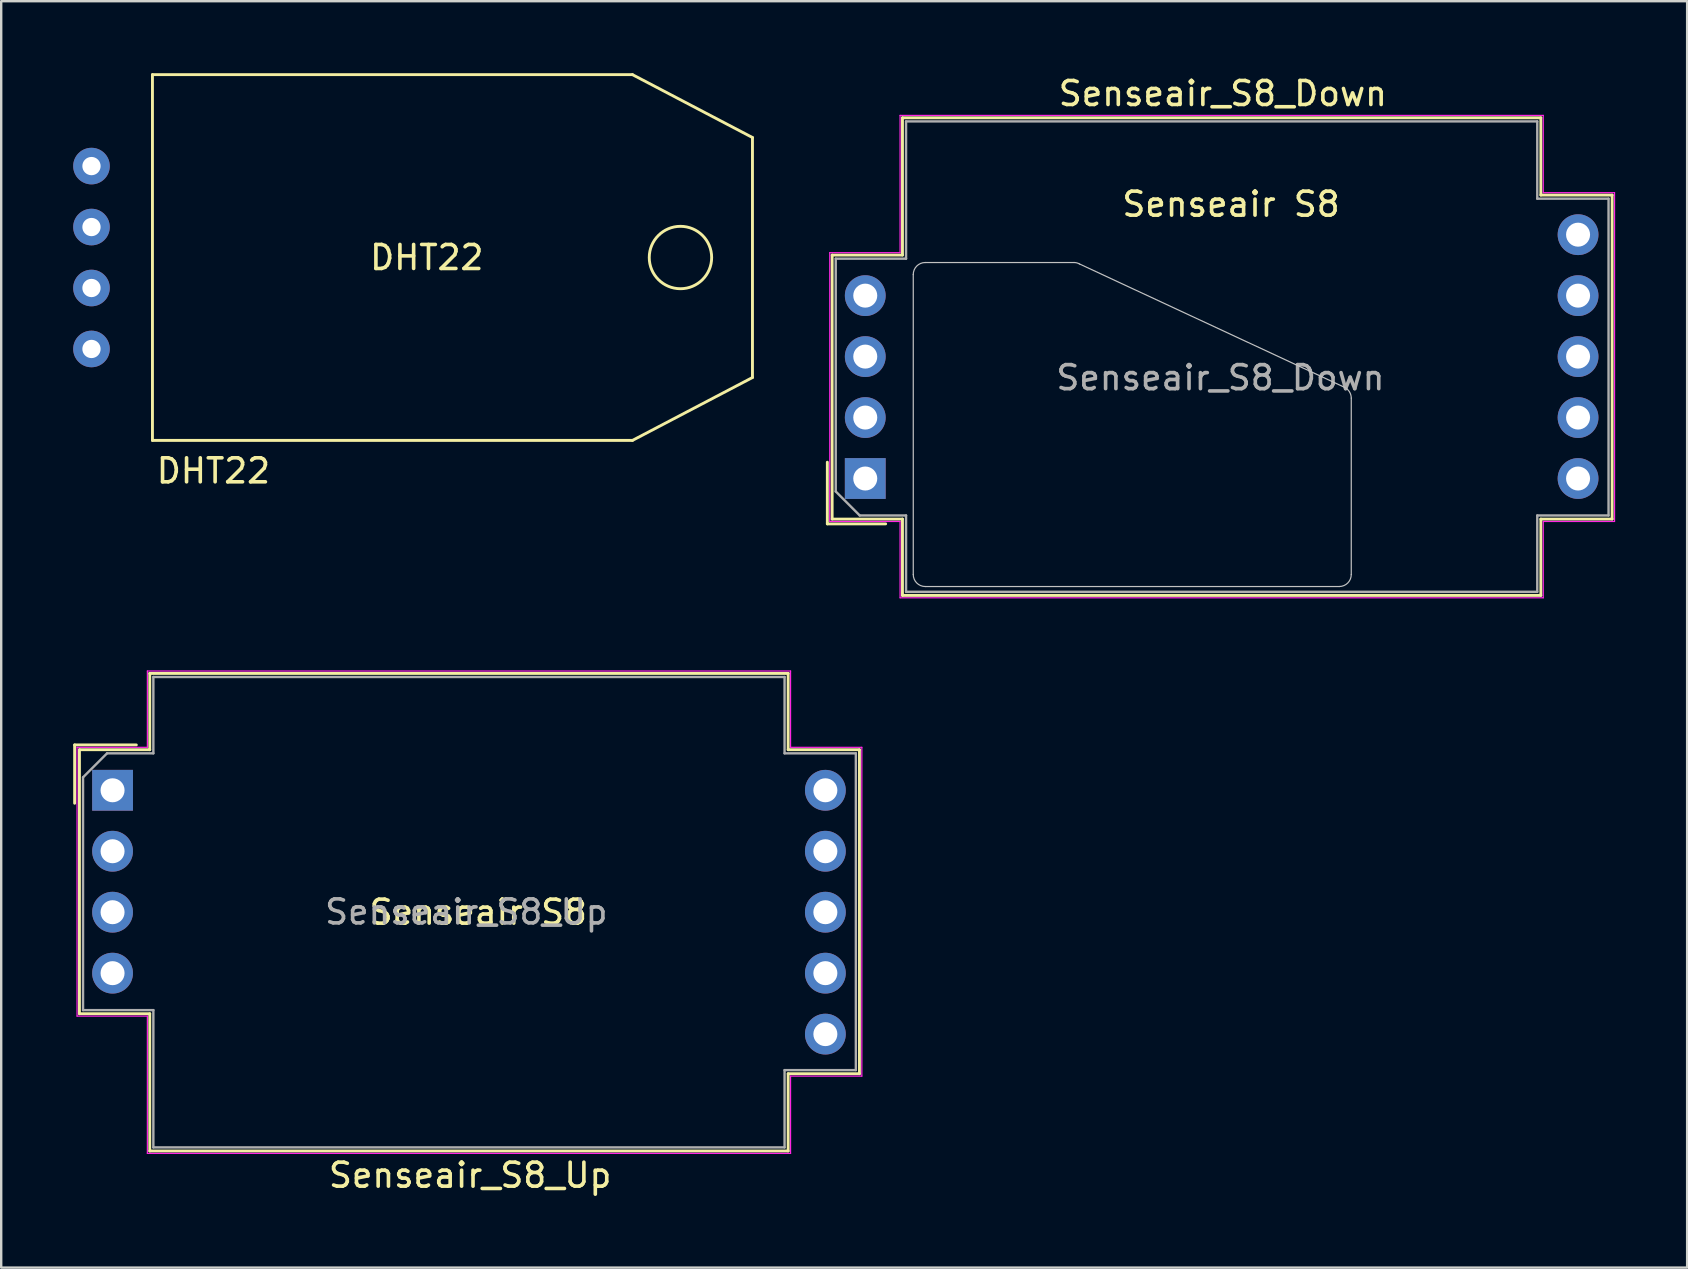
<source format=kicad_pcb>
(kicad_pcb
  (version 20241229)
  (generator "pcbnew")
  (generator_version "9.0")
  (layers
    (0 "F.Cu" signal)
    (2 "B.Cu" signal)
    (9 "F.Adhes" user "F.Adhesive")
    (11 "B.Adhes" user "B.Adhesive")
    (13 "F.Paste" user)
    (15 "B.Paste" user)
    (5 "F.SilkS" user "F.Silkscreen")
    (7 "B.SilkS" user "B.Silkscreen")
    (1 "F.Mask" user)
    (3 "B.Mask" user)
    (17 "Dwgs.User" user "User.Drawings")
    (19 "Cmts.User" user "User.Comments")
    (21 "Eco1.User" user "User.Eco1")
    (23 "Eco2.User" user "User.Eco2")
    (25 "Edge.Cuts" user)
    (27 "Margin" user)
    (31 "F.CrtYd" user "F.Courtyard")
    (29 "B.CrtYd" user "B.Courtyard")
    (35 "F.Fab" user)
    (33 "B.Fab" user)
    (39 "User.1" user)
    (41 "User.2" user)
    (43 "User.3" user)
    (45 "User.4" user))
  (footprint "DHT22"
    (layer "F.Cu")
    (at 3.302 7.68)
    (property "Reference" "DHT22" (at 2.54 8.89 0) (layer "F.SilkS") (effects (font (size 1 1) (thickness 0.15))))
    (property "Value" "DHT22" (at 11.43 0 0) (layer "F.Fab") (hide yes) (effects (font (size 1 1) (thickness 0.15))))
    (attr through_hole)
    (fp_line (start 0 -7.62) (end 20 -7.62) (stroke (width 0.12) (type solid)) (layer "F.SilkS"))
    (fp_line (start 0 7.62) (end 0 -7.62) (stroke (width 0.12) (type solid)) (layer "F.SilkS"))
    (fp_line (start 20 -7.62) (end 25 -5) (stroke (width 0.12) (type solid)) (layer "F.SilkS"))
    (fp_line (start 20 7.62) (end 0 7.62) (stroke (width 0.12) (type solid)) (layer "F.SilkS"))
    (fp_line (start 25 -5) (end 25 5) (stroke (width 0.12) (type solid)) (layer "F.SilkS"))
    (fp_line (start 25 5) (end 20 7.62) (stroke (width 0.12) (type solid)) (layer "F.SilkS"))
    (fp_circle (center 22 0) (end 23.3 0) (stroke (width 0.12) (type solid)) (fill no) (layer "F.SilkS"))
    (fp_text user "${VALUE}" (at 11.43 0 0) (layer "F.SilkS") (effects (font (size 1 1) (thickness 0.15))))
    (pad "1" thru_hole circle (at -2.54 -3.81 180) (size 1.524 1.524) (drill 0.762) (layers "*.Cu" "*.Mask"))
    (pad "2" thru_hole circle (at -2.54 -1.27 180) (size 1.524 1.524) (drill 0.762) (layers "*.Cu" "*.Mask"))
    (pad "3" thru_hole circle (at -2.54 1.27 180) (size 1.524 1.524) (drill 0.762) (layers "*.Cu" "*.Mask"))
    (pad "4" thru_hole circle (at -2.54 3.81 180) (size 1.524 1.524) (drill 0.762) (layers "*.Cu" "*.Mask")))
  (footprint "Senseair_S8_Up"
    (layer "F.Cu")
    (at 1.64 29.878)
    (property "Reference" "Senseair_S8_Up" (at 14.9 16.04 0) (layer "F.SilkS") (effects (font (size 1 1) (thickness 0.15))))
    (attr through_hole)
    (fp_line (start -1.58 -1.89) (end 0.99 -1.89) (stroke (width 0.12) (type solid)) (layer "F.SilkS"))
    (fp_line (start -1.58 0.54) (end -1.58 -1.89) (stroke (width 0.12) (type solid)) (layer "F.SilkS"))
    (fp_line (start -1.38 9.31) (end -1.38 -1.69) (stroke (width 0.12) (type solid)) (layer "F.SilkS"))
    (fp_line (start 1.55 -4.87) (end 1.55 -1.69) (stroke (width 0.12) (type solid)) (layer "F.SilkS"))
    (fp_line (start 1.55 -4.87) (end 28.15 -4.87) (stroke (width 0.12) (type solid)) (layer "F.SilkS"))
    (fp_line (start 1.55 -1.69) (end -1.38 -1.69) (stroke (width 0.12) (type solid)) (layer "F.SilkS"))
    (fp_line (start 1.55 9.31) (end -1.38 9.31) (stroke (width 0.12) (type solid)) (layer "F.SilkS"))
    (fp_line (start 1.55 9.31) (end 1.55 15.03) (stroke (width 0.12) (type solid)) (layer "F.SilkS"))
    (fp_line (start 28.15 -1.69) (end 28.15 -4.87) (stroke (width 0.12) (type solid)) (layer "F.SilkS"))
    (fp_line (start 28.15 15.03) (end 1.55 15.03) (stroke (width 0.12) (type solid)) (layer "F.SilkS"))
    (fp_line (start 28.15 15.03) (end 28.15 11.81) (stroke (width 0.12) (type solid)) (layer "F.SilkS"))
    (fp_line (start 31.12 -1.69) (end 28.15 -1.69) (stroke (width 0.12) (type solid)) (layer "F.SilkS"))
    (fp_line (start 31.12 11.81) (end 28.15 11.81) (stroke (width 0.12) (type solid)) (layer "F.SilkS"))
    (fp_line (start 31.12 11.81) (end 31.12 -1.69) (stroke (width 0.12) (type solid)) (layer "F.SilkS"))
    (fp_line (start -1.48 9.41) (end -1.48 -1.79) (stroke (width 0.05) (type solid)) (layer "F.CrtYd"))
    (fp_line (start 1.45 -4.97) (end 1.45 -1.79) (stroke (width 0.05) (type solid)) (layer "F.CrtYd"))
    (fp_line (start 1.45 -4.97) (end 28.25 -4.97) (stroke (width 0.05) (type solid)) (layer "F.CrtYd"))
    (fp_line (start 1.45 -1.79) (end -1.48 -1.79) (stroke (width 0.05) (type solid)) (layer "F.CrtYd"))
    (fp_line (start 1.45 9.41) (end -1.48 9.41) (stroke (width 0.05) (type solid)) (layer "F.CrtYd"))
    (fp_line (start 1.45 9.41) (end 1.45 15.13) (stroke (width 0.05) (type solid)) (layer "F.CrtYd"))
    (fp_line (start 28.25 -1.79) (end 28.25 -4.97) (stroke (width 0.05) (type solid)) (layer "F.CrtYd"))
    (fp_line (start 28.25 15.13) (end 1.45 15.13) (stroke (width 0.05) (type solid)) (layer "F.CrtYd"))
    (fp_line (start 28.25 15.13) (end 28.25 11.91) (stroke (width 0.05) (type solid)) (layer "F.CrtYd"))
    (fp_line (start 31.22 -1.79) (end 28.25 -1.79) (stroke (width 0.05) (type solid)) (layer "F.CrtYd"))
    (fp_line (start 31.22 11.91) (end 28.25 11.91) (stroke (width 0.05) (type solid)) (layer "F.CrtYd"))
    (fp_line (start 31.22 11.91) (end 31.22 -1.79) (stroke (width 0.05) (type solid)) (layer "F.CrtYd"))
    (fp_line (start -1.23 -0.54) (end -0.23 -1.54) (stroke (width 0.1) (type solid)) (layer "F.Fab"))
    (fp_line (start -1.23 9.16) (end -1.23 -0.54) (stroke (width 0.1) (type solid)) (layer "F.Fab"))
    (fp_line (start 1.7 -4.72) (end 1.7 -1.54) (stroke (width 0.1) (type solid)) (layer "F.Fab"))
    (fp_line (start 1.7 -4.72) (end 28 -4.72) (stroke (width 0.1) (type solid)) (layer "F.Fab"))
    (fp_line (start 1.7 -1.54) (end -0.23 -1.54) (stroke (width 0.1) (type solid)) (layer "F.Fab"))
    (fp_line (start 1.7 9.16) (end -1.23 9.16) (stroke (width 0.1) (type solid)) (layer "F.Fab"))
    (fp_line (start 1.7 9.16) (end 1.7 14.88) (stroke (width 0.1) (type solid)) (layer "F.Fab"))
    (fp_line (start 28 -1.54) (end 28 -4.72) (stroke (width 0.1) (type solid)) (layer "F.Fab"))
    (fp_line (start 28 14.88) (end 1.7 14.88) (stroke (width 0.1) (type solid)) (layer "F.Fab"))
    (fp_line (start 28 14.88) (end 28 11.66) (stroke (width 0.1) (type solid)) (layer "F.Fab"))
    (fp_line (start 30.97 -1.54) (end 28 -1.54) (stroke (width 0.1) (type solid)) (layer "F.Fab"))
    (fp_line (start 30.97 11.66) (end 28 11.66) (stroke (width 0.1) (type solid)) (layer "F.Fab"))
    (fp_line (start 30.97 11.66) (end 30.97 -1.54) (stroke (width 0.1) (type solid)) (layer "F.Fab"))
    (fp_text user "Senseair S8" (at 15.24 5.08 0) (layer "F.SilkS") (effects (font (size 1 1) (thickness 0.15))))
    (fp_text user "${REFERENCE}" (at 14.74 5.07 180) (layer "F.Fab") (effects (font (size 1 1) (thickness 0.15))))
    (pad "1" thru_hole rect (at 0 0 180) (size 1.7 1.7) (drill 1) (layers "*.Cu" "*.Mask"))
    (pad "2" thru_hole circle (at 0 2.54 180) (size 1.7 1.7) (drill 1) (layers "*.Cu" "*.Mask"))
    (pad "3" thru_hole circle (at 0 5.08 180) (size 1.7 1.7) (drill 1) (layers "*.Cu" "*.Mask"))
    (pad "4" thru_hole circle (at 0 7.62 180) (size 1.7 1.7) (drill 1) (layers "*.Cu" "*.Mask"))
    (pad "5" thru_hole circle (at 29.7 10.16 180) (size 1.7 1.7) (drill 1) (layers "*.Cu" "*.Mask"))
    (pad "6" thru_hole circle (at 29.7 7.62 180) (size 1.7 1.7) (drill 1) (layers "*.Cu" "*.Mask"))
    (pad "7" thru_hole circle (at 29.7 5.08 180) (size 1.7 1.7) (drill 1) (layers "*.Cu" "*.Mask"))
    (pad "8" thru_hole circle (at 29.7 2.54 180) (size 1.7 1.7) (drill 1) (layers "*.Cu" "*.Mask"))
    (pad "9" thru_hole circle (at 29.7 0 180) (size 1.7 1.7) (drill 1) (layers "*.Cu" "*.Mask")))
  (footprint "Senseair_S8_Down"
    (layer "F.Cu")
    (at 33.002 16.888)
    (property "Reference" "Senseair_S8_Down" (at 14.9 -16.04 180) (layer "F.SilkS") (effects (font (size 1 1) (thickness 0.15))))
    (attr through_hole)
    (fp_line (start -1.58 1.89) (end -1.58 -0.68) (stroke (width 0.12) (type solid)) (layer "F.SilkS"))
    (fp_line (start -1.38 -9.31) (end -1.38 1.69) (stroke (width 0.12) (type solid)) (layer "F.SilkS"))
    (fp_line (start 0.85 1.89) (end -1.58 1.89) (stroke (width 0.12) (type solid)) (layer "F.SilkS"))
    (fp_line (start 1.55 -9.31) (end -1.38 -9.31) (stroke (width 0.12) (type solid)) (layer "F.SilkS"))
    (fp_line (start 1.55 -9.31) (end 1.55 -15.03) (stroke (width 0.12) (type solid)) (layer "F.SilkS"))
    (fp_line (start 1.55 1.69) (end -1.38 1.69) (stroke (width 0.12) (type solid)) (layer "F.SilkS"))
    (fp_line (start 1.55 4.87) (end 1.55 1.69) (stroke (width 0.12) (type solid)) (layer "F.SilkS"))
    (fp_line (start 1.55 4.87) (end 28.15 4.87) (stroke (width 0.12) (type solid)) (layer "F.SilkS"))
    (fp_line (start 28.15 -15.03) (end 1.55 -15.03) (stroke (width 0.12) (type solid)) (layer "F.SilkS"))
    (fp_line (start 28.15 -15.03) (end 28.15 -11.81) (stroke (width 0.12) (type solid)) (layer "F.SilkS"))
    (fp_line (start 28.15 1.69) (end 28.15 4.87) (stroke (width 0.12) (type solid)) (layer "F.SilkS"))
    (fp_line (start 31.12 -11.81) (end 28.15 -11.81) (stroke (width 0.12) (type solid)) (layer "F.SilkS"))
    (fp_line (start 31.12 -11.81) (end 31.12 1.69) (stroke (width 0.12) (type solid)) (layer "F.SilkS"))
    (fp_line (start 31.12 1.69) (end 28.15 1.69) (stroke (width 0.12) (type solid)) (layer "F.SilkS"))
    (fp_line (start 2 -8.5) (end 2 4) (stroke (width 0.05) (type solid)) (layer "Dwgs.User"))
    (fp_line (start 2.5 4.5) (end 19.75 4.5) (stroke (width 0.05) (type solid)) (layer "Dwgs.User"))
    (fp_line (start 8.7 -9) (end 2.5 -9) (stroke (width 0.05) (type solid)) (layer "Dwgs.User"))
    (fp_line (start 19.961 -3.803) (end 8.925 -8.94) (stroke (width 0.05) (type solid)) (layer "Dwgs.User"))
    (fp_line (start 20.25 4) (end 20.25 -3.35) (stroke (width 0.05) (type solid)) (layer "Dwgs.User"))
    (fp_arc (start 2 -8.5) (mid 2.146447 -8.853553) (end 2.5 -9) (stroke (width 0.05) (type solid)) (layer "Dwgs.User"))
    (fp_arc (start 2.5 4.5) (mid 2.146447 4.353553) (end 2 4) (stroke (width 0.05) (type solid)) (layer "Dwgs.User"))
    (fp_arc (start 8.7 -9) (mid 8.816469 -8.984667) (end 8.925 -8.939711) (stroke (width 0.05) (type solid)) (layer "Dwgs.User"))
    (fp_arc (start 19.961309 -3.803154) (mid 20.171696 -3.61865) (end 20.25 -3.35) (stroke (width 0.05) (type solid)) (layer "Dwgs.User"))
    (fp_arc (start 20.25 4) (mid 20.103553 4.353553) (end 19.75 4.5) (stroke (width 0.05) (type solid)) (layer "Dwgs.User"))
    (fp_line (start -1.48 -9.41) (end -1.48 1.79) (stroke (width 0.05) (type solid)) (layer "F.CrtYd"))
    (fp_line (start 1.45 -9.41) (end -1.48 -9.41) (stroke (width 0.05) (type solid)) (layer "F.CrtYd"))
    (fp_line (start 1.45 -9.41) (end 1.45 -15.13) (stroke (width 0.05) (type solid)) (layer "F.CrtYd"))
    (fp_line (start 1.45 1.79) (end -1.48 1.79) (stroke (width 0.05) (type solid)) (layer "F.CrtYd"))
    (fp_line (start 1.45 4.97) (end 1.45 1.79) (stroke (width 0.05) (type solid)) (layer "F.CrtYd"))
    (fp_line (start 1.45 4.97) (end 28.25 4.97) (stroke (width 0.05) (type solid)) (layer "F.CrtYd"))
    (fp_line (start 28.25 -15.13) (end 1.45 -15.13) (stroke (width 0.05) (type solid)) (layer "F.CrtYd"))
    (fp_line (start 28.25 -15.13) (end 28.25 -11.91) (stroke (width 0.05) (type solid)) (layer "F.CrtYd"))
    (fp_line (start 28.25 1.79) (end 28.25 4.97) (stroke (width 0.05) (type solid)) (layer "F.CrtYd"))
    (fp_line (start 31.22 -11.91) (end 28.25 -11.91) (stroke (width 0.05) (type solid)) (layer "F.CrtYd"))
    (fp_line (start 31.22 -11.91) (end 31.22 1.79) (stroke (width 0.05) (type solid)) (layer "F.CrtYd"))
    (fp_line (start 31.22 1.79) (end 28.25 1.79) (stroke (width 0.05) (type solid)) (layer "F.CrtYd"))
    (fp_line (start -1.23 -9.16) (end -1.23 0.54) (stroke (width 0.1) (type solid)) (layer "F.Fab"))
    (fp_line (start -1.23 0.54) (end -0.23 1.54) (stroke (width 0.1) (type solid)) (layer "F.Fab"))
    (fp_line (start 1.7 -9.16) (end -1.23 -9.16) (stroke (width 0.1) (type solid)) (layer "F.Fab"))
    (fp_line (start 1.7 -9.16) (end 1.7 -14.88) (stroke (width 0.1) (type solid)) (layer "F.Fab"))
    (fp_line (start 1.7 1.54) (end -0.23 1.54) (stroke (width 0.1) (type solid)) (layer "F.Fab"))
    (fp_line (start 1.7 4.72) (end 1.7 1.54) (stroke (width 0.1) (type solid)) (layer "F.Fab"))
    (fp_line (start 1.7 4.72) (end 28 4.72) (stroke (width 0.1) (type solid)) (layer "F.Fab"))
    (fp_line (start 28 -14.88) (end 1.7 -14.88) (stroke (width 0.1) (type solid)) (layer "F.Fab"))
    (fp_line (start 28 -14.88) (end 28 -11.66) (stroke (width 0.1) (type solid)) (layer "F.Fab"))
    (fp_line (start 28 1.54) (end 28 4.72) (stroke (width 0.1) (type solid)) (layer "F.Fab"))
    (fp_line (start 30.97 -11.66) (end 28 -11.66) (stroke (width 0.1) (type solid)) (layer "F.Fab"))
    (fp_line (start 30.97 -11.66) (end 30.97 1.54) (stroke (width 0.1) (type solid)) (layer "F.Fab"))
    (fp_line (start 30.97 1.54) (end 28 1.54) (stroke (width 0.1) (type solid)) (layer "F.Fab"))
    (fp_text user "Senseair S8" (at 15.24 -11.43 0) (layer "F.SilkS") (effects (font (size 1 1) (thickness 0.15))))
    (fp_text user "${REFERENCE}" (at 14.8 -4.2 0) (layer "F.Fab") (effects (font (size 1 1) (thickness 0.15))))
    (pad "1" thru_hole rect (at 0 0) (size 1.7 1.7) (drill 1) (layers "*.Cu" "*.Mask"))
    (pad "2" thru_hole circle (at 0 -2.54) (size 1.7 1.7) (drill 1) (layers "*.Cu" "*.Mask"))
    (pad "3" thru_hole circle (at 0 -5.08) (size 1.7 1.7) (drill 1) (layers "*.Cu" "*.Mask"))
    (pad "4" thru_hole circle (at 0 -7.62) (size 1.7 1.7) (drill 1) (layers "*.Cu" "*.Mask"))
    (pad "5" thru_hole circle (at 29.7 -10.16) (size 1.7 1.7) (drill 1) (layers "*.Cu" "*.Mask"))
    (pad "6" thru_hole circle (at 29.7 -7.62) (size 1.7 1.7) (drill 1) (layers "*.Cu" "*.Mask"))
    (pad "7" thru_hole circle (at 29.7 -5.08) (size 1.7 1.7) (drill 1) (layers "*.Cu" "*.Mask"))
    (pad "8" thru_hole circle (at 29.7 -2.54) (size 1.7 1.7) (drill 1) (layers "*.Cu" "*.Mask"))
    (pad "9" thru_hole circle (at 29.7 0) (size 1.7 1.7) (drill 1) (layers "*.Cu" "*.Mask")))
  (gr_rect
    (start -3 -3)
    (end 67.247 49.767)
    (stroke (width 0.1) (type default))
    (fill no)
    (layer "Edge.Cuts")))
</source>
